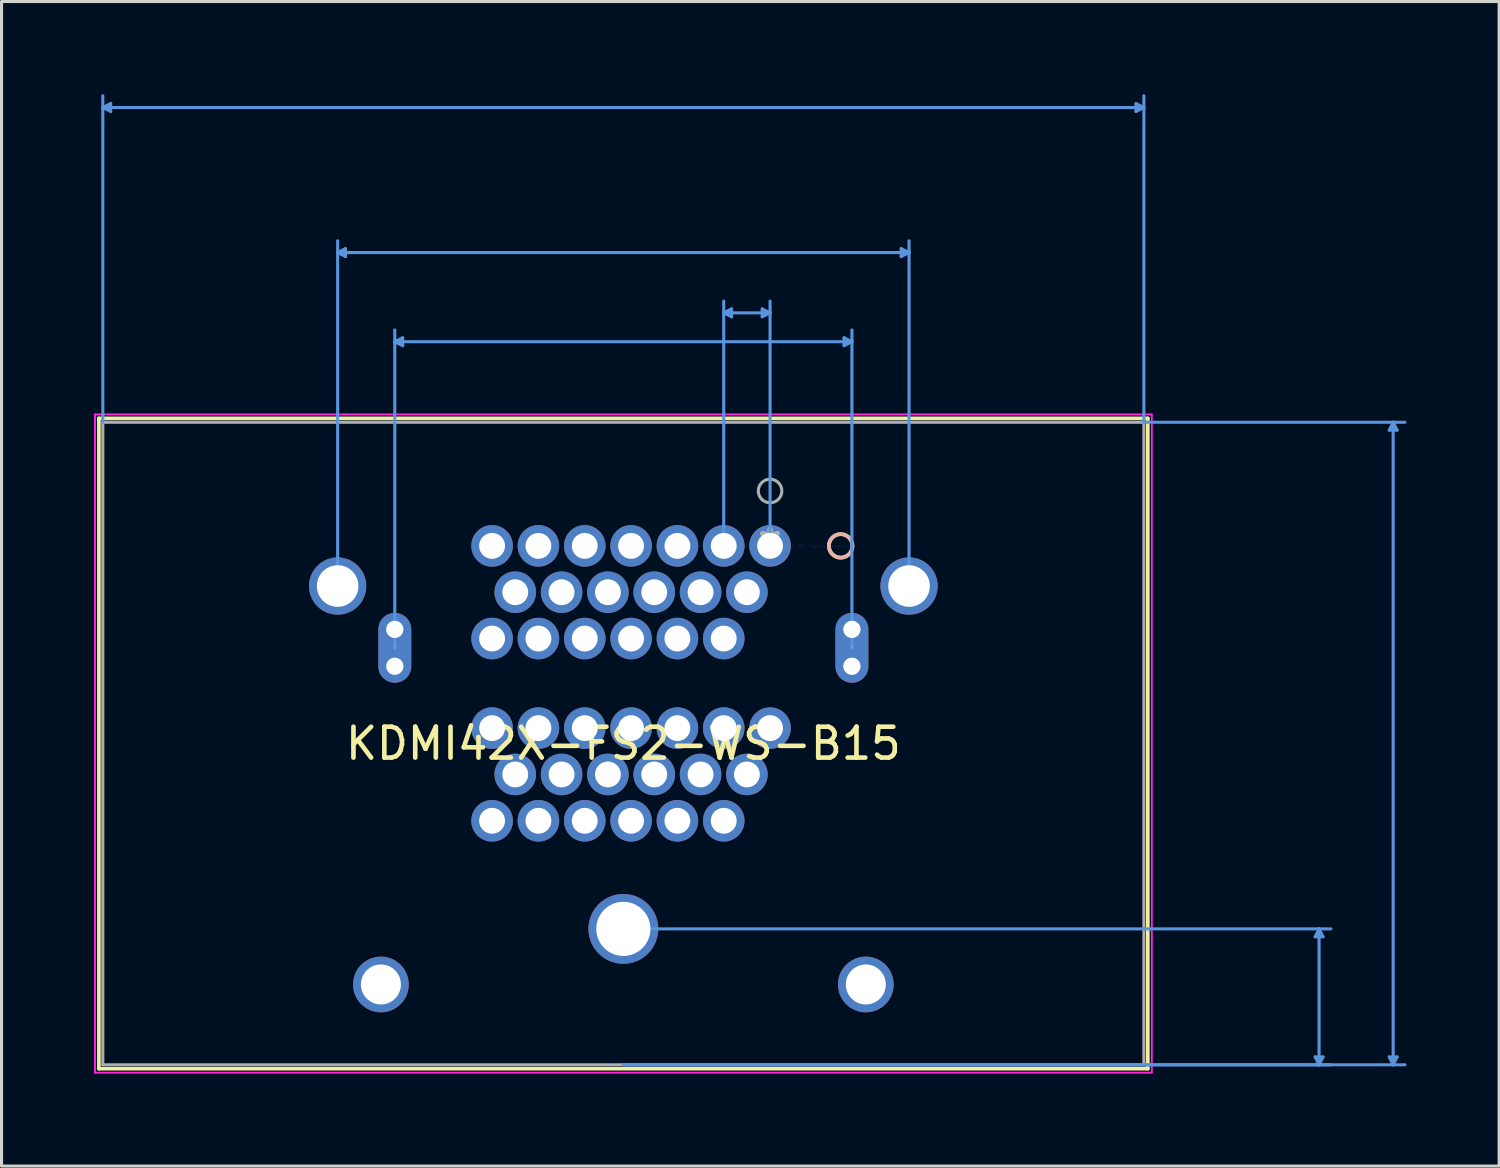
<source format=kicad_pcb>
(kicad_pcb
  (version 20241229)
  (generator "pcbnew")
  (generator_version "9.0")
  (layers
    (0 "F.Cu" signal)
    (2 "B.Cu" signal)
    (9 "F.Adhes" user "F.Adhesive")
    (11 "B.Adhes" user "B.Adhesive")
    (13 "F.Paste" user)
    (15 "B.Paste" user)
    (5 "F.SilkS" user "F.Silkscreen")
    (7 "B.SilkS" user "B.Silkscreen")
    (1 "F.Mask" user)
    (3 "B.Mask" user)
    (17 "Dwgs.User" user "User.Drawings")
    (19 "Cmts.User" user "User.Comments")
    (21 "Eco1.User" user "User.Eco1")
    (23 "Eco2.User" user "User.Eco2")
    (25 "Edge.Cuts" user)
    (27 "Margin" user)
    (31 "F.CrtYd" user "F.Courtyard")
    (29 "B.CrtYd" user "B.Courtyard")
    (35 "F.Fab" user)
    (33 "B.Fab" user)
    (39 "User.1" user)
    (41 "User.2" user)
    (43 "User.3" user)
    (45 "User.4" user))
  (footprint "KDMI42X-FS2-WS-B15"
    (layer "F.Cu")
    (at 21.882 14.624)
    (property "Reference" "KDMI42X-FS2-WS-B15" (at -4.75 6.399 0) (layer "F.SilkS") (effects (font (size 1 1) (thickness 0.15))))
    (attr through_hole)
    (fp_line (start -21.73 -4.129) (end -21.73 16.927) (stroke (width 0.12) (type solid)) (layer "F.SilkS"))
    (fp_line (start -21.73 16.927) (end 12.23 16.927) (stroke (width 0.12) (type solid)) (layer "F.SilkS"))
    (fp_line (start 12.23 -4.129) (end -21.73 -4.129) (stroke (width 0.12) (type solid)) (layer "F.SilkS"))
    (fp_line (start 12.23 16.927) (end 12.23 -4.129) (stroke (width 0.12) (type solid)) (layer "F.SilkS"))
    (fp_circle (center 2.286 0) (end 2.667 0) (stroke (width 0.12) (type solid)) (fill no) (layer "F.SilkS"))
    (fp_circle (center 2.286 0) (end 2.667 0) (stroke (width 0.12) (type solid)) (fill no) (layer "B.SilkS"))
    (fp_line (start -21.603 -14.193) (end 12.103 -14.193) (stroke (width 0.1) (type solid)) (layer "Cmts.User"))
    (fp_line (start -21.603 -4.002) (end -21.603 -14.574) (stroke (width 0.1) (type solid)) (layer "Cmts.User"))
    (fp_line (start -21.349 -14.32) (end -21.603 -14.193) (stroke (width 0.1) (type solid)) (layer "Cmts.User"))
    (fp_line (start -21.349 -14.066) (end -21.603 -14.193) (stroke (width 0.1) (type solid)) (layer "Cmts.User"))
    (fp_line (start -21.349 -14.066) (end -21.349 -14.32) (stroke (width 0.1) (type solid)) (layer "Cmts.User"))
    (fp_line (start -14 -9.497) (end 4.5 -9.497) (stroke (width 0.1) (type solid)) (layer "Cmts.User"))
    (fp_line (start -14 1.3) (end -14 -9.878) (stroke (width 0.1) (type solid)) (layer "Cmts.User"))
    (fp_line (start -13.746 -9.624) (end -14 -9.497) (stroke (width 0.1) (type solid)) (layer "Cmts.User"))
    (fp_line (start -13.746 -9.37) (end -14 -9.497) (stroke (width 0.1) (type solid)) (layer "Cmts.User"))
    (fp_line (start -13.746 -9.37) (end -13.746 -9.624) (stroke (width 0.1) (type solid)) (layer "Cmts.User"))
    (fp_line (start -12.15 3.3) (end -12.15 -6.991) (stroke (width 0.1) (type solid)) (layer "Cmts.User"))
    (fp_line (start -11.896 -6.483) (end -12.15 -6.61) (stroke (width 0.1) (type solid)) (layer "Cmts.User"))
    (fp_line (start -11.896 -6.483) (end -11.896 -6.737) (stroke (width 0.1) (type solid)) (layer "Cmts.User"))
    (fp_line (start -11.896 -6.737) (end -12.15 -6.61) (stroke (width 0.1) (type solid)) (layer "Cmts.User"))
    (fp_line (start -4.75 12.4) (end 18.156 12.4) (stroke (width 0.1) (type solid)) (layer "Cmts.User"))
    (fp_line (start -4.75 16.8) (end 18.156 16.8) (stroke (width 0.1) (type solid)) (layer "Cmts.User"))
    (fp_line (start -1.5 0) (end -1.5 -7.926) (stroke (width 0.1) (type solid)) (layer "Cmts.User"))
    (fp_line (start -1.246 -7.672) (end -1.5 -7.545) (stroke (width 0.1) (type solid)) (layer "Cmts.User"))
    (fp_line (start -1.246 -7.418) (end -1.5 -7.545) (stroke (width 0.1) (type solid)) (layer "Cmts.User"))
    (fp_line (start -1.246 -7.418) (end -1.246 -7.672) (stroke (width 0.1) (type solid)) (layer "Cmts.User"))
    (fp_line (start -0.254 -7.672) (end -0.254 -7.418) (stroke (width 0.1) (type solid)) (layer "Cmts.User"))
    (fp_line (start -0.254 -7.672) (end 0.000028 -7.545) (stroke (width 0.1) (type solid)) (layer "Cmts.User"))
    (fp_line (start -0.254 -7.418) (end 0.000028 -7.545) (stroke (width 0.1) (type solid)) (layer "Cmts.User"))
    (fp_line (start 0 0) (end 0.000029 -7.926) (stroke (width 0.1) (type solid)) (layer "Cmts.User"))
    (fp_line (start 0.000028 -7.545) (end -1.5 -7.545) (stroke (width 0.1) (type solid)) (layer "Cmts.User"))
    (fp_line (start 2.396 -6.737) (end 2.396 -6.483) (stroke (width 0.1) (type solid)) (layer "Cmts.User"))
    (fp_line (start 2.396 -6.737) (end 2.65 -6.61) (stroke (width 0.1) (type solid)) (layer "Cmts.User"))
    (fp_line (start 2.396 -6.483) (end 2.65 -6.61) (stroke (width 0.1) (type solid)) (layer "Cmts.User"))
    (fp_line (start 2.65 -6.61) (end -12.15 -6.61) (stroke (width 0.1) (type solid)) (layer "Cmts.User"))
    (fp_line (start 2.65 3.3) (end 2.65 -6.991) (stroke (width 0.1) (type solid)) (layer "Cmts.User"))
    (fp_line (start 4.246 -9.37) (end 4.5 -9.497) (stroke (width 0.1) (type solid)) (layer "Cmts.User"))
    (fp_line (start 4.246 -9.624) (end 4.246 -9.37) (stroke (width 0.1) (type solid)) (layer "Cmts.User"))
    (fp_line (start 4.246 -9.624) (end 4.5 -9.497) (stroke (width 0.1) (type solid)) (layer "Cmts.User"))
    (fp_line (start 4.5 1.3) (end 4.5 -9.878) (stroke (width 0.1) (type solid)) (layer "Cmts.User"))
    (fp_line (start 11.849 -14.32) (end 11.849 -14.066) (stroke (width 0.1) (type solid)) (layer "Cmts.User"))
    (fp_line (start 11.849 -14.32) (end 12.103 -14.193) (stroke (width 0.1) (type solid)) (layer "Cmts.User"))
    (fp_line (start 11.849 -14.066) (end 12.103 -14.193) (stroke (width 0.1) (type solid)) (layer "Cmts.User"))
    (fp_line (start 12.103 -4.002) (end 12.103 -14.574) (stroke (width 0.1) (type solid)) (layer "Cmts.User"))
    (fp_line (start 12.103 -4.002) (end 20.555 -4.002) (stroke (width 0.1) (type solid)) (layer "Cmts.User"))
    (fp_line (start 12.103 16.8) (end 20.555 16.8) (stroke (width 0.1) (type solid)) (layer "Cmts.User"))
    (fp_line (start 17.648 16.546) (end 17.775 16.8) (stroke (width 0.1) (type solid)) (layer "Cmts.User"))
    (fp_line (start 17.648 12.654) (end 17.775 12.4) (stroke (width 0.1) (type solid)) (layer "Cmts.User"))
    (fp_line (start 17.648 12.654) (end 17.902 12.654) (stroke (width 0.1) (type solid)) (layer "Cmts.User"))
    (fp_line (start 17.775 12.4) (end 17.775 16.8) (stroke (width 0.1) (type solid)) (layer "Cmts.User"))
    (fp_line (start 17.902 16.546) (end 17.648 16.546) (stroke (width 0.1) (type solid)) (layer "Cmts.User"))
    (fp_line (start 17.902 16.546) (end 17.775 16.8) (stroke (width 0.1) (type solid)) (layer "Cmts.User"))
    (fp_line (start 17.902 12.654) (end 17.775 12.4) (stroke (width 0.1) (type solid)) (layer "Cmts.User"))
    (fp_line (start 20.047 16.546) (end 20.174 16.8) (stroke (width 0.1) (type solid)) (layer "Cmts.User"))
    (fp_line (start 20.047 -3.748) (end 20.174 -4.002) (stroke (width 0.1) (type solid)) (layer "Cmts.User"))
    (fp_line (start 20.047 -3.748) (end 20.301 -3.748) (stroke (width 0.1) (type solid)) (layer "Cmts.User"))
    (fp_line (start 20.174 16.8) (end 20.174 -4.002) (stroke (width 0.1) (type solid)) (layer "Cmts.User"))
    (fp_line (start 20.301 16.546) (end 20.047 16.546) (stroke (width 0.1) (type solid)) (layer "Cmts.User"))
    (fp_line (start 20.301 16.546) (end 20.174 16.8) (stroke (width 0.1) (type solid)) (layer "Cmts.User"))
    (fp_line (start 20.301 -3.748) (end 20.174 -4.002) (stroke (width 0.1) (type solid)) (layer "Cmts.User"))
    (fp_line (start -21.857 -4.256) (end -21.857 17.054) (stroke (width 0.05) (type solid)) (layer "F.CrtYd"))
    (fp_line (start -21.857 -4.256) (end -21.857 17.054) (stroke (width 0.05) (type solid)) (layer "F.CrtYd"))
    (fp_line (start -21.857 17.054) (end 12.357 17.054) (stroke (width 0.05) (type solid)) (layer "F.CrtYd"))
    (fp_line (start -21.857 17.054) (end 12.357 17.054) (stroke (width 0.05) (type solid)) (layer "F.CrtYd"))
    (fp_line (start 12.357 -4.256) (end -21.857 -4.256) (stroke (width 0.05) (type solid)) (layer "F.CrtYd"))
    (fp_line (start 12.357 -4.256) (end -21.857 -4.256) (stroke (width 0.05) (type solid)) (layer "F.CrtYd"))
    (fp_line (start 12.357 17.054) (end 12.357 -4.256) (stroke (width 0.05) (type solid)) (layer "F.CrtYd"))
    (fp_line (start 12.357 17.054) (end 12.357 -4.256) (stroke (width 0.05) (type solid)) (layer "F.CrtYd"))
    (fp_line (start -21.603 -4.002) (end -21.603 16.8) (stroke (width 0.1) (type solid)) (layer "F.Fab"))
    (fp_line (start -21.603 16.8) (end 12.103 16.8) (stroke (width 0.1) (type solid)) (layer "F.Fab"))
    (fp_line (start 12.103 -4.002) (end -21.603 -4.002) (stroke (width 0.1) (type solid)) (layer "F.Fab"))
    (fp_line (start 12.103 16.8) (end 12.103 -4.002) (stroke (width 0.1) (type solid)) (layer "F.Fab"))
    (fp_circle (center 0 -1.778) (end 0.381 -1.778) (stroke (width 0.1) (type solid)) (fill no) (layer "F.Fab"))
    (fp_text user "*" (at 0 0 0) (layer "F.SilkS") (effects (font (size 1 1) (thickness 0.15))))
    (fp_text user "Copyright 2021 Accelerated Designs. All rights reserved." (at 0 0 0) (layer "Cmts.User") (effects (font (size 0.127 0.127) (thickness 0.002))))
    (fp_text user "*" (at 0 0 0) (layer "F.Fab") (effects (font (size 1 1) (thickness 0.15))))
    (pad "" np_thru_hole circle (at -12.15 2.703) (size 0.559 0.559) (drill 0.559) (layers "*.Cu" "*.Mask"))
    (pad "" np_thru_hole circle (at -12.15 3.897) (size 0.559 0.559) (drill 0.559) (layers "*.Cu" "*.Mask"))
    (pad "" np_thru_hole circle (at 2.65 2.703) (size 0.559 0.559) (drill 0.559) (layers "*.Cu" "*.Mask"))
    (pad "" np_thru_hole circle (at 2.65 3.897) (size 0.559 0.559) (drill 0.559) (layers "*.Cu" "*.Mask"))
    (pad "1" thru_hole circle (at 0 0) (size 1.346 1.346) (drill 0.838) (layers "*.Cu" "*.Mask"))
    (pad "2" thru_hole circle (at -0.75 1.5) (size 1.346 1.346) (drill 0.838) (layers "*.Cu" "*.Mask"))
    (pad "3" thru_hole circle (at -1.5 0) (size 1.346 1.346) (drill 0.838) (layers "*.Cu" "*.Mask"))
    (pad "4" thru_hole circle (at -1.5 3) (size 1.346 1.346) (drill 0.838) (layers "*.Cu" "*.Mask"))
    (pad "5" thru_hole circle (at -2.25 1.5) (size 1.346 1.346) (drill 0.838) (layers "*.Cu" "*.Mask"))
    (pad "6" thru_hole circle (at -3 3) (size 1.346 1.346) (drill 0.838) (layers "*.Cu" "*.Mask"))
    (pad "7" thru_hole circle (at -3 0) (size 1.346 1.346) (drill 0.838) (layers "*.Cu" "*.Mask"))
    (pad "8" thru_hole circle (at -3.75 1.5) (size 1.346 1.346) (drill 0.838) (layers "*.Cu" "*.Mask"))
    (pad "9" thru_hole circle (at -4.5 0) (size 1.346 1.346) (drill 0.838) (layers "*.Cu" "*.Mask"))
    (pad "10" thru_hole circle (at -4.5 3) (size 1.346 1.346) (drill 0.838) (layers "*.Cu" "*.Mask"))
    (pad "11" thru_hole circle (at -5.25 1.5) (size 1.346 1.346) (drill 0.838) (layers "*.Cu" "*.Mask"))
    (pad "12" thru_hole circle (at -6 3) (size 1.346 1.346) (drill 0.838) (layers "*.Cu" "*.Mask"))
    (pad "13" thru_hole circle (at -6 0) (size 1.346 1.346) (drill 0.838) (layers "*.Cu" "*.Mask"))
    (pad "14" thru_hole circle (at -6.75 1.5) (size 1.346 1.346) (drill 0.838) (layers "*.Cu" "*.Mask"))
    (pad "15" thru_hole circle (at -7.5 0) (size 1.346 1.346) (drill 0.838) (layers "*.Cu" "*.Mask"))
    (pad "16" thru_hole circle (at -7.5 3) (size 1.346 1.346) (drill 0.838) (layers "*.Cu" "*.Mask"))
    (pad "17" thru_hole circle (at -8.25 1.5) (size 1.346 1.346) (drill 0.838) (layers "*.Cu" "*.Mask"))
    (pad "18" thru_hole circle (at -9 3) (size 1.346 1.346) (drill 0.838) (layers "*.Cu" "*.Mask"))
    (pad "19" thru_hole circle (at -9 0) (size 1.346 1.346) (drill 0.838) (layers "*.Cu" "*.Mask"))
    (pad "20" thru_hole circle (at 0 5.9) (size 1.346 1.346) (drill 0.838) (layers "*.Cu" "*.Mask"))
    (pad "21" thru_hole circle (at -0.75 7.4) (size 1.346 1.346) (drill 0.838) (layers "*.Cu" "*.Mask"))
    (pad "22" thru_hole circle (at -1.5 5.9) (size 1.346 1.346) (drill 0.838) (layers "*.Cu" "*.Mask"))
    (pad "23" thru_hole circle (at -1.5 8.9) (size 1.346 1.346) (drill 0.838) (layers "*.Cu" "*.Mask"))
    (pad "24" thru_hole circle (at -2.25 7.4) (size 1.346 1.346) (drill 0.838) (layers "*.Cu" "*.Mask"))
    (pad "25" thru_hole circle (at -3 8.9) (size 1.346 1.346) (drill 0.838) (layers "*.Cu" "*.Mask"))
    (pad "26" thru_hole circle (at -3 5.9) (size 1.346 1.346) (drill 0.838) (layers "*.Cu" "*.Mask"))
    (pad "27" thru_hole circle (at -3.75 7.4) (size 1.346 1.346) (drill 0.838) (layers "*.Cu" "*.Mask"))
    (pad "28" thru_hole circle (at -4.5 5.9) (size 1.346 1.346) (drill 0.838) (layers "*.Cu" "*.Mask"))
    (pad "29" thru_hole circle (at -4.5 8.9) (size 1.346 1.346) (drill 0.838) (layers "*.Cu" "*.Mask"))
    (pad "30" thru_hole circle (at -5.25 7.4) (size 1.346 1.346) (drill 0.838) (layers "*.Cu" "*.Mask"))
    (pad "31" thru_hole circle (at -6 8.9) (size 1.346 1.346) (drill 0.838) (layers "*.Cu" "*.Mask"))
    (pad "32" thru_hole circle (at -6 5.9) (size 1.346 1.346) (drill 0.838) (layers "*.Cu" "*.Mask"))
    (pad "33" thru_hole circle (at -6.75 7.4) (size 1.346 1.346) (drill 0.838) (layers "*.Cu" "*.Mask"))
    (pad "34" thru_hole circle (at -7.5 5.9) (size 1.346 1.346) (drill 0.838) (layers "*.Cu" "*.Mask"))
    (pad "35" thru_hole circle (at -7.5 8.9) (size 1.346 1.346) (drill 0.838) (layers "*.Cu" "*.Mask"))
    (pad "36" thru_hole circle (at -8.25 7.4) (size 1.346 1.346) (drill 0.838) (layers "*.Cu" "*.Mask"))
    (pad "37" thru_hole circle (at -9 8.9) (size 1.346 1.346) (drill 0.838) (layers "*.Cu" "*.Mask"))
    (pad "38" thru_hole circle (at -9 5.9) (size 1.346 1.346) (drill 0.838) (layers "*.Cu" "*.Mask"))
    (pad "39" thru_hole oval (at -12.15 3.3 90) (size 2.261 1.067) (drill 0.025) (layers "*.Cu" "*.Mask"))
    (pad "40" thru_hole oval (at 2.65 3.3 90) (size 2.261 1.067) (drill 0.025) (layers "*.Cu" "*.Mask"))
    (pad "45" thru_hole circle (at -14 1.3 90) (size 1.854 1.854) (drill 1.346) (layers "*.Cu" "*.Mask"))
    (pad "46" thru_hole circle (at 4.5 1.3 90) (size 1.854 1.854) (drill 1.346) (layers "*.Cu" "*.Mask"))
    (pad "47" thru_hole circle (at -12.6 14.2 90) (size 1.803 1.803) (drill 1.295) (layers "*.Cu" "*.Mask"))
    (pad "48" thru_hole circle (at -4.75 12.4) (size 2.261 2.261) (drill 1.753) (layers "*.Cu" "*.Mask"))
    (pad "49" thru_hole circle (at 3.1 14.2 90) (size 1.803 1.803) (drill 1.295) (layers "*.Cu" "*.Mask")))
  (gr_rect
    (start -3 -3)
    (end 45.487 34.704)
    (stroke (width 0.1) (type default))
    (fill no)
    (layer "Edge.Cuts")))
</source>
